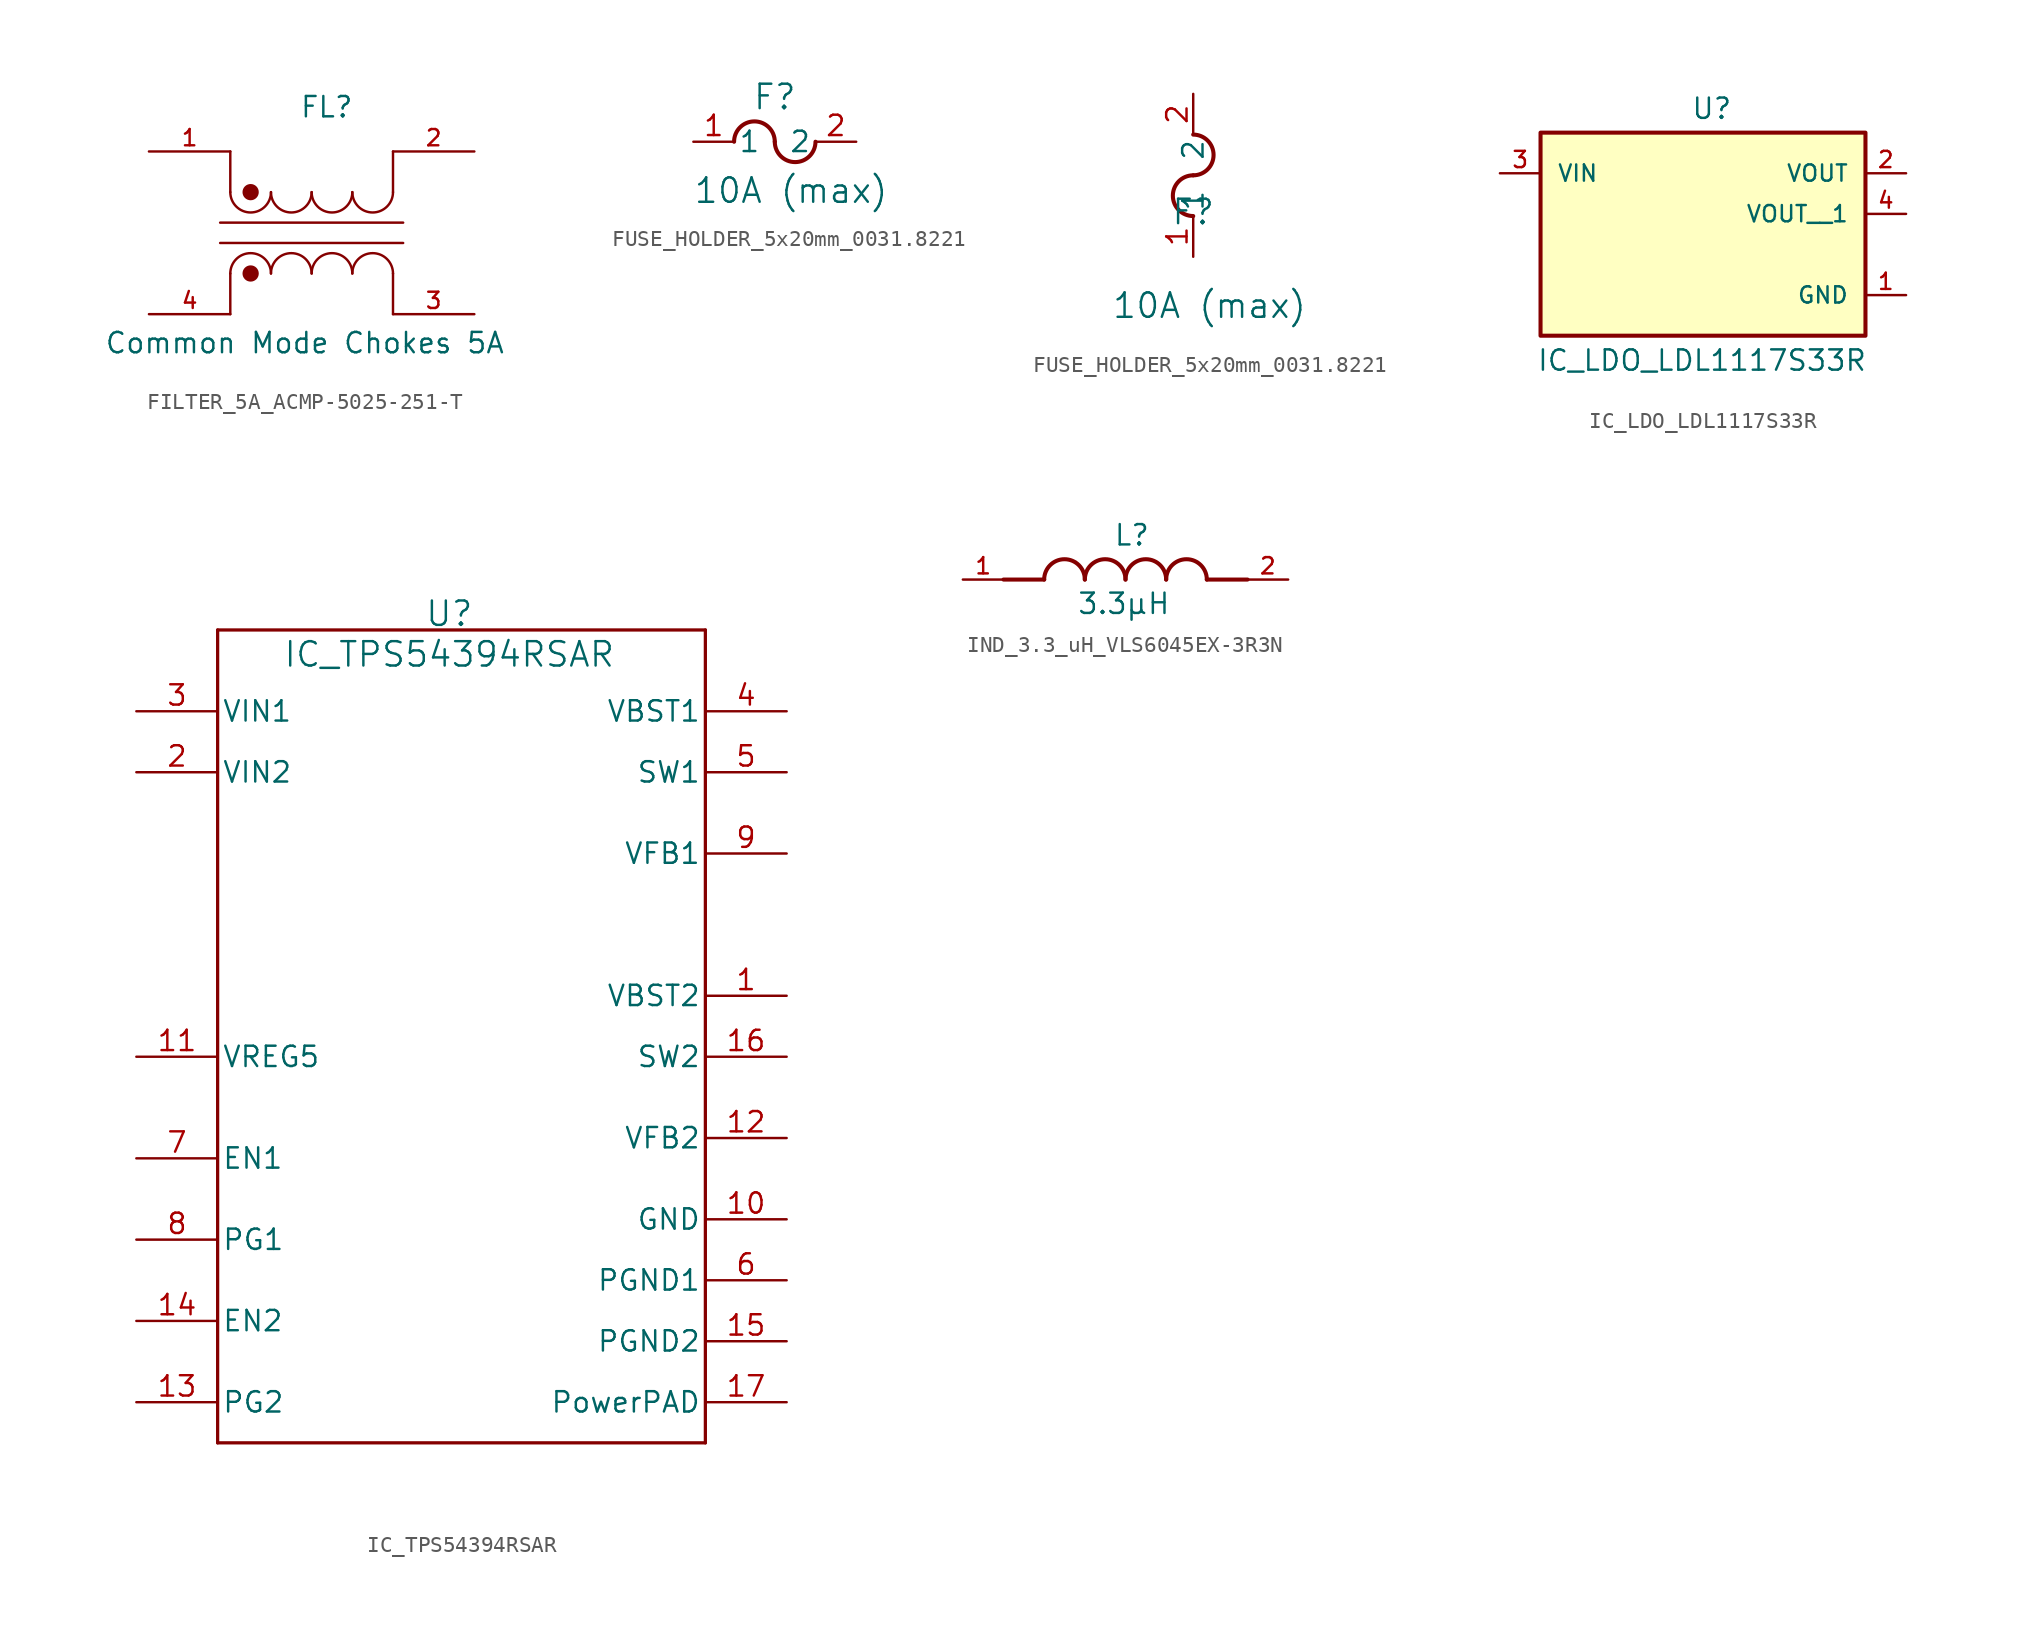
<source format=kicad_sym>
(kicad_symbol_lib
  (version 20241209)
  (generator "kicad_symbol_editor")
  (generator_version "9.0")
  (symbol "FILTER_5A_ACMP-5025-251-T"
    (pin_names
      (offset 1.016))
    (property "Reference" "FL"
      (at -0.762 7.112 0)
      (effects (font (size 1.27 1.27)) (justify left bottom)))
    (property "Value" "Common Mode Chokes 5A"
      (at -12.954 -7.62 0)
      (effects (font (size 1.27 1.27)) (justify left bottom)))
    (symbol "FILTER_5A_ACMP-5025-251-T_0_0"
      (polyline (pts (xy -5.715 0.635) (xy 5.715 0.635)) (stroke (width 0.152) (type default)) (fill (type none)))
      (polyline (pts (xy -5.715 -0.635) (xy 5.715 -0.635)) (stroke (width 0.152) (type default)) (fill (type none)))
      (polyline (pts (xy -5.08 2.54) (xy -5.08 5.08)) (stroke (width 0.152) (type default)) (fill (type none)))
      (polyline (pts (xy -5.08 -2.54) (xy -5.08 -5.08)) (stroke (width 0.152) (type default)) (fill (type none)))
      (arc (start -2.54 2.54) (mid -3.81 1.2755) (end -5.08 2.54) (stroke (width 0.1524) (type default)) (fill (type none)))
      (circle (center -3.81 2.54) (radius 0.254) (stroke (width 0.508) (type default)) (fill (type none)))
      (circle (center -3.81 -2.54) (radius 0.254) (stroke (width 0.508) (type default)) (fill (type none)))
      (arc (start -5.08 -2.54) (mid -3.81 -1.2755) (end -2.54 -2.54) (stroke (width 0.1524) (type default)) (fill (type none)))
      (arc (start 0 2.54) (mid -1.27 1.2755) (end -2.54 2.54) (stroke (width 0.1524) (type default)) (fill (type none)))
      (arc (start -2.54 -2.54) (mid -1.27 -1.2755) (end 0 -2.54) (stroke (width 0.1524) (type default)) (fill (type none)))
      (arc (start 2.54 2.54) (mid 1.27 1.2755) (end 0 2.54) (stroke (width 0.1524) (type default)) (fill (type none)))
      (arc (start 0 -2.54) (mid 1.27 -1.2755) (end 2.54 -2.54) (stroke (width 0.1524) (type default)) (fill (type none)))
      (arc (start 5.08 2.54) (mid 3.81 1.2755) (end 2.54 2.54) (stroke (width 0.1524) (type default)) (fill (type none)))
      (arc (start 2.54 -2.54) (mid 3.81 -1.2755) (end 5.08 -2.54) (stroke (width 0.1524) (type default)) (fill (type none)))
      (polyline (pts (xy 5.08 2.54) (xy 5.08 5.08)) (stroke (width 0.152) (type default)) (fill (type none)))
      (polyline (pts (xy 5.08 -2.54) (xy 5.08 -5.08)) (stroke (width 0.152) (type default)) (fill (type none)))
      (pin passive line (at -10.16 5.08 0) (length 5.08) (name "~" (effects (font (size 1.016 1.016)))) (number "1" (effects (font (size 1.016 1.016)))))
      (pin passive line (at -10.16 -5.08 0) (length 5.08) (name "~" (effects (font (size 1.016 1.016)))) (number "4" (effects (font (size 1.016 1.016)))))
      (pin passive line (at 10.16 5.08 180) (length 5.08) (name "~" (effects (font (size 1.016 1.016)))) (number "2" (effects (font (size 1.016 1.016)))))
      (pin passive line (at 10.16 -5.08 180) (length 5.08) (name "~" (effects (font (size 1.016 1.016)))) (number "3" (effects (font (size 1.016 1.016)))))))
  (symbol "FUSE_HOLDER_5x20mm_0031.8221"
    (pin_names
      (offset 0.254))
    (property "Reference" "F"
      (at 0 2.794 0)
      (effects (font (size 1.524 1.524))))
    (property "Value" "10A (max)"
      (at 1.016 -3.048 0)
      (effects (font (size 1.524 1.524))))
    (property "ki_locked" ""
      (at 0 0 0)
      (effects (font (size 1.27 1.27))))
    (symbol "FUSE_HOLDER_5x20mm_0031.8221_1_1"
      (arc (start -2.54 0) (mid -1.27 1.2645) (end 0 0) (stroke (width 0.254) (type default)) (fill (type none)))
      (arc (start 2.54 0) (mid 1.27 -1.2645) (end 0 0) (stroke (width 0.254) (type default)) (fill (type none)))
      (pin unspecified line (at -5.08 0 0) (length 2.54) (name "1" (effects (font (size 1.27 1.27)))) (number "1" (effects (font (size 1.27 1.27)))))
      (pin unspecified line (at 5.08 0 180) (length 2.54) (name "2" (effects (font (size 1.27 1.27)))) (number "2" (effects (font (size 1.27 1.27))))))
    (symbol "FUSE_HOLDER_5x20mm_0031.8221_1_2"
      (arc (start 0 7.62) (mid 1.2645 6.35) (end 0 5.08) (stroke (width 0.254) (type default)) (fill (type none)))
      (arc (start 0 2.54) (mid -1.2645 3.81) (end 0 5.08) (stroke (width 0.254) (type default)) (fill (type none)))
      (pin unspecified line (at 0 10.16 270) (length 2.54) (name "2" (effects (font (size 1.27 1.27)))) (number "2" (effects (font (size 1.27 1.27)))))
      (pin unspecified line (at 0 0 90) (length 2.54) (name "1" (effects (font (size 1.27 1.27)))) (number "1" (effects (font (size 1.27 1.27)))))))
  (symbol "IC_LDO_LDL1117S33R"
    (pin_names
      (offset 1.016))
    (property "Reference" "U"
      (at -0.762 5.842 0)
      (effects (font (size 1.27 1.27)) (justify left bottom)))
    (property "Value" "IC_LDO_LDL1117S33R"
      (at -10.414 -9.906 0)
      (effects (font (size 1.27 1.27)) (justify left bottom)))
    (symbol "IC_LDO_LDL1117S33R_0_0"
      (rectangle (start -10.16 5.08) (end 10.16 -7.62) (stroke (width 0.254) (type default)) (fill (type background))))
    (symbol "IC_LDO_LDL1117S33R_1_0"
      (pin input line (at -12.7 2.54 0) (length 2.54) (name "VIN" (effects (font (size 1.016 1.016)))) (number "3" (effects (font (size 1.016 1.016)))))
      (pin output line (at 12.7 2.54 180) (length 2.54) (name "VOUT" (effects (font (size 1.016 1.016)))) (number "2" (effects (font (size 1.016 1.016)))))
      (pin output line (at 12.7 0 180) (length 2.54) (name "VOUT__1" (effects (font (size 1.016 1.016)))) (number "4" (effects (font (size 1.016 1.016)))))
      (pin unspecified line (at 12.7 -5.08 180) (length 2.54) (name "GND" (effects (font (size 1.016 1.016)))) (number "1" (effects (font (size 1.016 1.016)))))))
  (symbol "IC_TPS54394RSAR"
    (pin_names
      (offset 0.254))
    (property "Reference" "U"
      (at 19.558 6.096 0)
      (effects (font (size 1.524 1.524))))
    (property "Value" "IC_TPS54394RSAR"
      (at 19.558 3.556 0)
      (effects (font (size 1.524 1.524))))
    (property "ki_locked" ""
      (at 0 0 0)
      (effects (font (size 1.27 1.27))))
    (symbol "IC_TPS54394RSAR_0_1"
      (polyline (pts (xy 5.08 5.08) (xy 5.08 -45.72)) (stroke (width 0.203) (type default)) (fill (type none)))
      (polyline (pts (xy 5.08 -45.72) (xy 35.56 -45.72)) (stroke (width 0.203) (type default)) (fill (type none)))
      (polyline (pts (xy 35.56 5.08) (xy 5.08 5.08)) (stroke (width 0.203) (type default)) (fill (type none)))
      (polyline (pts (xy 35.56 -45.72) (xy 35.56 5.08)) (stroke (width 0.203) (type default)) (fill (type none)))
      (pin power_in line (at 0 0 0) (length 5.08) (name "VIN1" (effects (font (size 1.27 1.27)))) (number "3" (effects (font (size 1.27 1.27)))))
      (pin power_in line (at 0 -3.81 0) (length 5.08) (name "VIN2" (effects (font (size 1.27 1.27)))) (number "2" (effects (font (size 1.27 1.27)))))
      (pin unspecified line (at 0 -21.59 0) (length 5.08) (name "VREG5" (effects (font (size 1.27 1.27)))) (number "11" (effects (font (size 1.27 1.27)))))
      (pin input line (at 0 -27.94 0) (length 5.08) (name "EN1" (effects (font (size 1.27 1.27)))) (number "7" (effects (font (size 1.27 1.27)))))
      (pin open_collector line (at 0 -33.02 0) (length 5.08) (name "PG1" (effects (font (size 1.27 1.27)))) (number "8" (effects (font (size 1.27 1.27)))))
      (pin input line (at 0 -38.1 0) (length 5.08) (name "EN2" (effects (font (size 1.27 1.27)))) (number "14" (effects (font (size 1.27 1.27)))))
      (pin open_collector line (at 0 -43.18 0) (length 5.08) (name "PG2" (effects (font (size 1.27 1.27)))) (number "13" (effects (font (size 1.27 1.27)))))
      (pin unspecified line (at 40.64 0 180) (length 5.08) (name "VBST1" (effects (font (size 1.27 1.27)))) (number "4" (effects (font (size 1.27 1.27)))))
      (pin unspecified line (at 40.64 -3.81 180) (length 5.08) (name "SW1" (effects (font (size 1.27 1.27)))) (number "5" (effects (font (size 1.27 1.27)))))
      (pin unspecified line (at 40.64 -8.89 180) (length 5.08) (name "VFB1" (effects (font (size 1.27 1.27)))) (number "9" (effects (font (size 1.27 1.27)))))
      (pin unspecified line (at 40.64 -17.78 180) (length 5.08) (name "VBST2" (effects (font (size 1.27 1.27)))) (number "1" (effects (font (size 1.27 1.27)))))
      (pin unspecified line (at 40.64 -21.59 180) (length 5.08) (name "SW2" (effects (font (size 1.27 1.27)))) (number "16" (effects (font (size 1.27 1.27)))))
      (pin unspecified line (at 40.64 -26.67 180) (length 5.08) (name "VFB2" (effects (font (size 1.27 1.27)))) (number "12" (effects (font (size 1.27 1.27)))))
      (pin power_in line (at 40.64 -35.56 180) (length 5.08) (name "PGND1" (effects (font (size 1.27 1.27)))) (number "6" (effects (font (size 1.27 1.27)))))
      (pin power_in line (at 40.64 -39.37 180) (length 5.08) (name "PGND2" (effects (font (size 1.27 1.27)))) (number "15" (effects (font (size 1.27 1.27)))))
      (pin unspecified line (at 40.64 -43.18 180) (length 5.08) (name "PowerPAD" (effects (font (size 1.27 1.27)))) (number "17" (effects (font (size 1.27 1.27))))))
    (symbol "IC_TPS54394RSAR_1_1"
      (pin power_in line (at 40.64 -31.75 180) (length 5.08) (name "GND" (effects (font (size 1.27 1.27)))) (number "10" (effects (font (size 1.27 1.27)))))))
  (symbol "IND_3.3_uH_VLS6045EX-3R3N"
    (pin_names
      (offset 1.016))
    (property "Reference" "L"
      (at -0.762 2.032 0)
      (effects (font (size 1.27 1.27)) (justify left bottom)))
    (property "Value" "3.3µH"
      (at -3.048 -0.762 0)
      (effects (font (size 1.27 1.27)) (justify left top)))
    (symbol "IND_3.3_uH_VLS6045EX-3R3N_0_0"
      (polyline (pts (xy -5.08 0) (xy -7.62 0)) (stroke (width 0.254) (type default)) (fill (type none)))
      (arc (start -5.08 0) (mid -3.81 1.2645) (end -2.54 0) (stroke (width 0.254) (type default)) (fill (type none)))
      (arc (start -2.54 0) (mid -1.27 1.2645) (end 0 0) (stroke (width 0.254) (type default)) (fill (type none)))
      (arc (start 0 0) (mid 1.27 1.2645) (end 2.54 0) (stroke (width 0.254) (type default)) (fill (type none)))
      (arc (start 2.54 0) (mid 3.81 1.2645) (end 5.08 0) (stroke (width 0.254) (type default)) (fill (type none)))
      (polyline (pts (xy 5.08 0) (xy 7.62 0)) (stroke (width 0.254) (type default)) (fill (type none))))
    (symbol "IND_3.3_uH_VLS6045EX-3R3N_1_0"
      (pin passive line (at -10.16 0 0) (length 2.54) (name "~" (effects (font (size 1.016 1.016)))) (number "1" (effects (font (size 1.016 1.016)))))
      (pin passive line (at 10.16 0 180) (length 2.54) (name "~" (effects (font (size 1.016 1.016)))) (number "2" (effects (font (size 1.016 1.016))))))))
</source>
